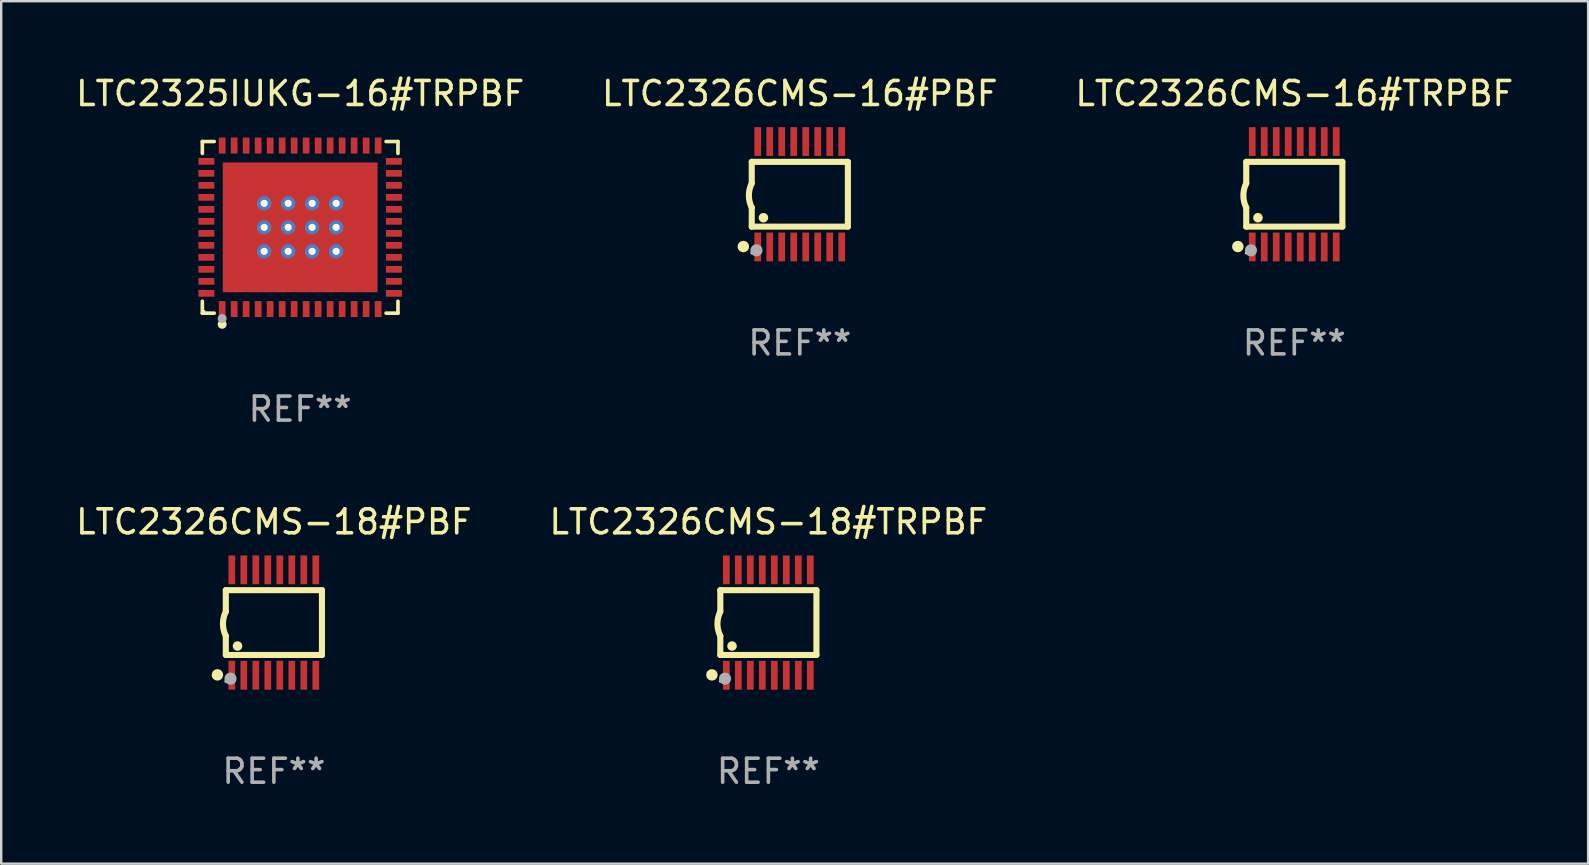
<source format=kicad_pcb>
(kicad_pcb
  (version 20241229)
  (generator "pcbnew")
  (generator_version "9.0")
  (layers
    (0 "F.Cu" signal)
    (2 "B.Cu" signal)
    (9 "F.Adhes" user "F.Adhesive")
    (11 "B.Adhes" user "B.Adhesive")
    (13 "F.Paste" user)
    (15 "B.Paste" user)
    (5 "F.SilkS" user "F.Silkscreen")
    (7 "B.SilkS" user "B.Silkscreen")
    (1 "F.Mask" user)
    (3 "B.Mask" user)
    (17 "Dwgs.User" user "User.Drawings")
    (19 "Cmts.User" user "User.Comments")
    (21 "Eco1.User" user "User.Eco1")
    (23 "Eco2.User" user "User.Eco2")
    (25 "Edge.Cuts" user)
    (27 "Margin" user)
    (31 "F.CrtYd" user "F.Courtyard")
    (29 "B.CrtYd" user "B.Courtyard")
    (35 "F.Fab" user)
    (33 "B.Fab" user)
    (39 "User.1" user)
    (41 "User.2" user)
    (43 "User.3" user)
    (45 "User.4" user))
  (footprint "LTC2326CMS-16#TRPBF"
    (layer "F.Cu")
    (at 50.887 5.045)
    (property "Reference" "LTC2326CMS-16#TRPBF" (at 0 -4.197 0) (layer "F.SilkS") (effects (font (size 1 1) (thickness 0.15))))
    (attr through_hole)
    (fp_line (start -2.003 -1.35) (end -2.003 -0.457) (stroke (width 0.254) (type solid)) (layer "F.SilkS"))
    (fp_line (start -2.003 -1.35) (end 2.003 -1.35) (stroke (width 0.254) (type solid)) (layer "F.SilkS"))
    (fp_line (start -2.003 1.35) (end -2.003 0.559) (stroke (width 0.254) (type solid)) (layer "F.SilkS"))
    (fp_line (start -2.003 1.35) (end 2.003 1.35) (stroke (width 0.254) (type solid)) (layer "F.SilkS"))
    (fp_line (start 2.003 -1.35) (end 2.003 1.35) (stroke (width 0.254) (type solid)) (layer "F.SilkS"))
    (fp_arc (start -2.002286 0.558802) (mid -2.122556 0.05092) (end -2.003302 -0.457201) (stroke (width 0.254001) (type solid)) (layer "F.SilkS"))
    (fp_circle (center -2.353 2.18) (end -2.233 2.18) (stroke (width 0.24) (type solid)) (fill no) (layer "F.SilkS"))
    (fp_circle (center -2.003 2.45) (end -1.973 2.45) (stroke (width 0.06) (type solid)) (fill no) (layer "F.SilkS"))
    (fp_circle (center -1.515 0.978) (end -1.415 0.978) (stroke (width 0.2) (type solid)) (fill no) (layer "F.SilkS"))
    (fp_circle (center -1.807 2.337) (end -1.68 2.337) (stroke (width 0.254) (type solid)) (fill no) (layer "F.Fab"))
    (fp_text user "REF**" (at 0 6.197 0) (layer "F.Fab") (effects (font (size 1 1) (thickness 0.15))))
    (pad "1" smd rect (at -1.753 2.197 90) (size 1.2 0.28) (layers "F.Cu" "F.Mask" "F.Paste"))
    (pad "2" smd rect (at -1.253 2.197 90) (size 1.2 0.28) (layers "F.Cu" "F.Mask" "F.Paste"))
    (pad "3" smd rect (at -0.753 2.197 90) (size 1.2 0.28) (layers "F.Cu" "F.Mask" "F.Paste"))
    (pad "4" smd rect (at -0.253 2.197 90) (size 1.2 0.28) (layers "F.Cu" "F.Mask" "F.Paste"))
    (pad "5" smd rect (at 0.247 2.197 90) (size 1.2 0.28) (layers "F.Cu" "F.Mask" "F.Paste"))
    (pad "6" smd rect (at 0.747 2.197 90) (size 1.2 0.28) (layers "F.Cu" "F.Mask" "F.Paste"))
    (pad "7" smd rect (at 1.247 2.197 90) (size 1.2 0.28) (layers "F.Cu" "F.Mask" "F.Paste"))
    (pad "8" smd rect (at 1.747 2.197 90) (size 1.2 0.28) (layers "F.Cu" "F.Mask" "F.Paste"))
    (pad "9" smd rect (at 1.747 -2.197 90) (size 1.2 0.28) (layers "F.Cu" "F.Mask" "F.Paste"))
    (pad "10" smd rect (at 1.247 -2.197 90) (size 1.2 0.28) (layers "F.Cu" "F.Mask" "F.Paste"))
    (pad "11" smd rect (at 0.747 -2.197 90) (size 1.2 0.28) (layers "F.Cu" "F.Mask" "F.Paste"))
    (pad "12" smd rect (at 0.247 -2.197 90) (size 1.2 0.28) (layers "F.Cu" "F.Mask" "F.Paste"))
    (pad "13" smd rect (at -0.253 -2.197 90) (size 1.2 0.28) (layers "F.Cu" "F.Mask" "F.Paste"))
    (pad "14" smd rect (at -0.753 -2.197 90) (size 1.2 0.28) (layers "F.Cu" "F.Mask" "F.Paste"))
    (pad "15" smd rect (at -1.253 -2.197 90) (size 1.2 0.28) (layers "F.Cu" "F.Mask" "F.Paste"))
    (pad "16" smd rect (at -1.753 -2.197 90) (size 1.2 0.28) (layers "F.Cu" "F.Mask" "F.Paste")))
  (footprint "LTC2326CMS-18#TRPBF"
    (layer "F.Cu")
    (at 28.97 22.894)
    (property "Reference" "LTC2326CMS-18#TRPBF" (at 0 -4.197 0) (layer "F.SilkS") (effects (font (size 1 1) (thickness 0.15))))
    (attr through_hole)
    (fp_line (start -2.003 -1.35) (end -2.003 -0.457) (stroke (width 0.254) (type solid)) (layer "F.SilkS"))
    (fp_line (start -2.003 -1.35) (end 2.003 -1.35) (stroke (width 0.254) (type solid)) (layer "F.SilkS"))
    (fp_line (start -2.003 1.35) (end -2.003 0.559) (stroke (width 0.254) (type solid)) (layer "F.SilkS"))
    (fp_line (start -2.003 1.35) (end 2.003 1.35) (stroke (width 0.254) (type solid)) (layer "F.SilkS"))
    (fp_line (start 2.003 -1.35) (end 2.003 1.35) (stroke (width 0.254) (type solid)) (layer "F.SilkS"))
    (fp_arc (start -2.002286 0.558802) (mid -2.122556 0.05092) (end -2.003302 -0.457201) (stroke (width 0.254001) (type solid)) (layer "F.SilkS"))
    (fp_circle (center -2.353 2.18) (end -2.233 2.18) (stroke (width 0.24) (type solid)) (fill no) (layer "F.SilkS"))
    (fp_circle (center -2.003 2.45) (end -1.973 2.45) (stroke (width 0.06) (type solid)) (fill no) (layer "F.SilkS"))
    (fp_circle (center -1.515 0.978) (end -1.415 0.978) (stroke (width 0.2) (type solid)) (fill no) (layer "F.SilkS"))
    (fp_circle (center -1.807 2.337) (end -1.68 2.337) (stroke (width 0.254) (type solid)) (fill no) (layer "F.Fab"))
    (fp_text user "REF**" (at 0 6.197 0) (layer "F.Fab") (effects (font (size 1 1) (thickness 0.15))))
    (pad "1" smd rect (at -1.753 2.197 90) (size 1.2 0.28) (layers "F.Cu" "F.Mask" "F.Paste"))
    (pad "2" smd rect (at -1.253 2.197 90) (size 1.2 0.28) (layers "F.Cu" "F.Mask" "F.Paste"))
    (pad "3" smd rect (at -0.753 2.197 90) (size 1.2 0.28) (layers "F.Cu" "F.Mask" "F.Paste"))
    (pad "4" smd rect (at -0.253 2.197 90) (size 1.2 0.28) (layers "F.Cu" "F.Mask" "F.Paste"))
    (pad "5" smd rect (at 0.247 2.197 90) (size 1.2 0.28) (layers "F.Cu" "F.Mask" "F.Paste"))
    (pad "6" smd rect (at 0.747 2.197 90) (size 1.2 0.28) (layers "F.Cu" "F.Mask" "F.Paste"))
    (pad "7" smd rect (at 1.247 2.197 90) (size 1.2 0.28) (layers "F.Cu" "F.Mask" "F.Paste"))
    (pad "8" smd rect (at 1.747 2.197 90) (size 1.2 0.28) (layers "F.Cu" "F.Mask" "F.Paste"))
    (pad "9" smd rect (at 1.747 -2.197 90) (size 1.2 0.28) (layers "F.Cu" "F.Mask" "F.Paste"))
    (pad "10" smd rect (at 1.247 -2.197 90) (size 1.2 0.28) (layers "F.Cu" "F.Mask" "F.Paste"))
    (pad "11" smd rect (at 0.747 -2.197 90) (size 1.2 0.28) (layers "F.Cu" "F.Mask" "F.Paste"))
    (pad "12" smd rect (at 0.247 -2.197 90) (size 1.2 0.28) (layers "F.Cu" "F.Mask" "F.Paste"))
    (pad "13" smd rect (at -0.253 -2.197 90) (size 1.2 0.28) (layers "F.Cu" "F.Mask" "F.Paste"))
    (pad "14" smd rect (at -0.753 -2.197 90) (size 1.2 0.28) (layers "F.Cu" "F.Mask" "F.Paste"))
    (pad "15" smd rect (at -1.253 -2.197 90) (size 1.2 0.28) (layers "F.Cu" "F.Mask" "F.Paste"))
    (pad "16" smd rect (at -1.753 -2.197 90) (size 1.2 0.28) (layers "F.Cu" "F.Mask" "F.Paste")))
  (footprint "LTC2326CMS-18#PBF"
    (layer "F.Cu")
    (at 8.363 22.894)
    (property "Reference" "LTC2326CMS-18#PBF" (at 0 -4.197 0) (layer "F.SilkS") (effects (font (size 1 1) (thickness 0.15))))
    (attr through_hole)
    (fp_line (start -2.003 -1.35) (end -2.003 -0.457) (stroke (width 0.254) (type solid)) (layer "F.SilkS"))
    (fp_line (start -2.003 -1.35) (end 2.003 -1.35) (stroke (width 0.254) (type solid)) (layer "F.SilkS"))
    (fp_line (start -2.003 1.35) (end -2.003 0.559) (stroke (width 0.254) (type solid)) (layer "F.SilkS"))
    (fp_line (start -2.003 1.35) (end 2.003 1.35) (stroke (width 0.254) (type solid)) (layer "F.SilkS"))
    (fp_line (start 2.003 -1.35) (end 2.003 1.35) (stroke (width 0.254) (type solid)) (layer "F.SilkS"))
    (fp_arc (start -2.002286 0.558802) (mid -2.122556 0.05092) (end -2.003302 -0.457201) (stroke (width 0.254001) (type solid)) (layer "F.SilkS"))
    (fp_circle (center -2.353 2.18) (end -2.233 2.18) (stroke (width 0.24) (type solid)) (fill no) (layer "F.SilkS"))
    (fp_circle (center -2.003 2.45) (end -1.973 2.45) (stroke (width 0.06) (type solid)) (fill no) (layer "F.SilkS"))
    (fp_circle (center -1.515 0.978) (end -1.415 0.978) (stroke (width 0.2) (type solid)) (fill no) (layer "F.SilkS"))
    (fp_circle (center -1.807 2.337) (end -1.68 2.337) (stroke (width 0.254) (type solid)) (fill no) (layer "F.Fab"))
    (fp_text user "REF**" (at 0 6.197 0) (layer "F.Fab") (effects (font (size 1 1) (thickness 0.15))))
    (pad "1" smd rect (at -1.753 2.197 90) (size 1.2 0.28) (layers "F.Cu" "F.Mask" "F.Paste"))
    (pad "2" smd rect (at -1.253 2.197 90) (size 1.2 0.28) (layers "F.Cu" "F.Mask" "F.Paste"))
    (pad "3" smd rect (at -0.753 2.197 90) (size 1.2 0.28) (layers "F.Cu" "F.Mask" "F.Paste"))
    (pad "4" smd rect (at -0.253 2.197 90) (size 1.2 0.28) (layers "F.Cu" "F.Mask" "F.Paste"))
    (pad "5" smd rect (at 0.247 2.197 90) (size 1.2 0.28) (layers "F.Cu" "F.Mask" "F.Paste"))
    (pad "6" smd rect (at 0.747 2.197 90) (size 1.2 0.28) (layers "F.Cu" "F.Mask" "F.Paste"))
    (pad "7" smd rect (at 1.247 2.197 90) (size 1.2 0.28) (layers "F.Cu" "F.Mask" "F.Paste"))
    (pad "8" smd rect (at 1.747 2.197 90) (size 1.2 0.28) (layers "F.Cu" "F.Mask" "F.Paste"))
    (pad "9" smd rect (at 1.747 -2.197 90) (size 1.2 0.28) (layers "F.Cu" "F.Mask" "F.Paste"))
    (pad "10" smd rect (at 1.247 -2.197 90) (size 1.2 0.28) (layers "F.Cu" "F.Mask" "F.Paste"))
    (pad "11" smd rect (at 0.747 -2.197 90) (size 1.2 0.28) (layers "F.Cu" "F.Mask" "F.Paste"))
    (pad "12" smd rect (at 0.247 -2.197 90) (size 1.2 0.28) (layers "F.Cu" "F.Mask" "F.Paste"))
    (pad "13" smd rect (at -0.253 -2.197 90) (size 1.2 0.28) (layers "F.Cu" "F.Mask" "F.Paste"))
    (pad "14" smd rect (at -0.753 -2.197 90) (size 1.2 0.28) (layers "F.Cu" "F.Mask" "F.Paste"))
    (pad "15" smd rect (at -1.253 -2.197 90) (size 1.2 0.28) (layers "F.Cu" "F.Mask" "F.Paste"))
    (pad "16" smd rect (at -1.753 -2.197 90) (size 1.2 0.28) (layers "F.Cu" "F.Mask" "F.Paste")))
  (footprint "LTC2326CMS-16#PBF"
    (layer "F.Cu")
    (at 30.28 5.045)
    (property "Reference" "LTC2326CMS-16#PBF" (at 0 -4.197 0) (layer "F.SilkS") (effects (font (size 1 1) (thickness 0.15))))
    (attr through_hole)
    (fp_line (start -2.003 -1.35) (end -2.003 -0.457) (stroke (width 0.254) (type solid)) (layer "F.SilkS"))
    (fp_line (start -2.003 -1.35) (end 2.003 -1.35) (stroke (width 0.254) (type solid)) (layer "F.SilkS"))
    (fp_line (start -2.003 1.35) (end -2.003 0.559) (stroke (width 0.254) (type solid)) (layer "F.SilkS"))
    (fp_line (start -2.003 1.35) (end 2.003 1.35) (stroke (width 0.254) (type solid)) (layer "F.SilkS"))
    (fp_line (start 2.003 -1.35) (end 2.003 1.35) (stroke (width 0.254) (type solid)) (layer "F.SilkS"))
    (fp_arc (start -2.002286 0.558802) (mid -2.122556 0.05092) (end -2.003302 -0.457201) (stroke (width 0.254001) (type solid)) (layer "F.SilkS"))
    (fp_circle (center -2.353 2.18) (end -2.233 2.18) (stroke (width 0.24) (type solid)) (fill no) (layer "F.SilkS"))
    (fp_circle (center -2.003 2.45) (end -1.973 2.45) (stroke (width 0.06) (type solid)) (fill no) (layer "F.SilkS"))
    (fp_circle (center -1.515 0.978) (end -1.415 0.978) (stroke (width 0.2) (type solid)) (fill no) (layer "F.SilkS"))
    (fp_circle (center -1.807 2.337) (end -1.68 2.337) (stroke (width 0.254) (type solid)) (fill no) (layer "F.Fab"))
    (fp_text user "REF**" (at 0 6.197 0) (layer "F.Fab") (effects (font (size 1 1) (thickness 0.15))))
    (pad "1" smd rect (at -1.753 2.197 90) (size 1.2 0.28) (layers "F.Cu" "F.Mask" "F.Paste"))
    (pad "2" smd rect (at -1.253 2.197 90) (size 1.2 0.28) (layers "F.Cu" "F.Mask" "F.Paste"))
    (pad "3" smd rect (at -0.753 2.197 90) (size 1.2 0.28) (layers "F.Cu" "F.Mask" "F.Paste"))
    (pad "4" smd rect (at -0.253 2.197 90) (size 1.2 0.28) (layers "F.Cu" "F.Mask" "F.Paste"))
    (pad "5" smd rect (at 0.247 2.197 90) (size 1.2 0.28) (layers "F.Cu" "F.Mask" "F.Paste"))
    (pad "6" smd rect (at 0.747 2.197 90) (size 1.2 0.28) (layers "F.Cu" "F.Mask" "F.Paste"))
    (pad "7" smd rect (at 1.247 2.197 90) (size 1.2 0.28) (layers "F.Cu" "F.Mask" "F.Paste"))
    (pad "8" smd rect (at 1.747 2.197 90) (size 1.2 0.28) (layers "F.Cu" "F.Mask" "F.Paste"))
    (pad "9" smd rect (at 1.747 -2.197 90) (size 1.2 0.28) (layers "F.Cu" "F.Mask" "F.Paste"))
    (pad "10" smd rect (at 1.247 -2.197 90) (size 1.2 0.28) (layers "F.Cu" "F.Mask" "F.Paste"))
    (pad "11" smd rect (at 0.747 -2.197 90) (size 1.2 0.28) (layers "F.Cu" "F.Mask" "F.Paste"))
    (pad "12" smd rect (at 0.247 -2.197 90) (size 1.2 0.28) (layers "F.Cu" "F.Mask" "F.Paste"))
    (pad "13" smd rect (at -0.253 -2.197 90) (size 1.2 0.28) (layers "F.Cu" "F.Mask" "F.Paste"))
    (pad "14" smd rect (at -0.753 -2.197 90) (size 1.2 0.28) (layers "F.Cu" "F.Mask" "F.Paste"))
    (pad "15" smd rect (at -1.253 -2.197 90) (size 1.2 0.28) (layers "F.Cu" "F.Mask" "F.Paste"))
    (pad "16" smd rect (at -1.753 -2.197 90) (size 1.2 0.28) (layers "F.Cu" "F.Mask" "F.Paste")))
  (footprint "LTC2325IUKG-16#TRPBF"
    (layer "F.Cu")
    (at 9.458 6.424)
    (property "Reference" "LTC2325IUKG-16#TRPBF" (at 0 -5.576 0) (layer "F.SilkS") (effects (font (size 1 1) (thickness 0.15))))
    (attr through_hole)
    (fp_line (start -4.076 -3.576) (end -3.581 -3.576) (stroke (width 0.152) (type solid)) (layer "F.SilkS"))
    (fp_line (start -4.076 -3.081) (end -4.076 -3.576) (stroke (width 0.152) (type solid)) (layer "F.SilkS"))
    (fp_line (start -4.076 3.081) (end -4.076 3.576) (stroke (width 0.152) (type solid)) (layer "F.SilkS"))
    (fp_line (start -4.076 3.576) (end -3.581 3.576) (stroke (width 0.152) (type solid)) (layer "F.SilkS"))
    (fp_line (start 4.076 -3.576) (end 3.581 -3.576) (stroke (width 0.152) (type solid)) (layer "F.SilkS"))
    (fp_line (start 4.076 -3.081) (end 4.076 -3.576) (stroke (width 0.152) (type solid)) (layer "F.SilkS"))
    (fp_line (start 4.076 3.081) (end 4.076 3.576) (stroke (width 0.152) (type solid)) (layer "F.SilkS"))
    (fp_line (start 4.076 3.576) (end 3.581 3.576) (stroke (width 0.152) (type solid)) (layer "F.SilkS"))
    (fp_circle (center -4 3.5) (end -3.97 3.5) (stroke (width 0.06) (type solid)) (fill no) (layer "F.SilkS"))
    (fp_circle (center -3.25 4.04) (end -3.156 4.04) (stroke (width 0.188) (type solid)) (fill no) (layer "F.SilkS"))
    (fp_circle (center -3.25 3.8) (end -3.156 3.8) (stroke (width 0.188) (type solid)) (fill no) (layer "F.Fab"))
    (fp_text user "REF**" (at 0 7.576 0) (layer "F.Fab") (effects (font (size 1 1) (thickness 0.15))))
    (pad "1" smd rect (at -3.25 3.407) (size 0.28 0.665) (layers "F.Cu" "F.Mask" "F.Paste"))
    (pad "2" smd rect (at -2.75 3.407) (size 0.28 0.665) (layers "F.Cu" "F.Mask" "F.Paste"))
    (pad "3" smd rect (at -2.25 3.407) (size 0.28 0.665) (layers "F.Cu" "F.Mask" "F.Paste"))
    (pad "4" smd rect (at -1.75 3.407) (size 0.28 0.665) (layers "F.Cu" "F.Mask" "F.Paste"))
    (pad "5" smd rect (at -1.25 3.407) (size 0.28 0.665) (layers "F.Cu" "F.Mask" "F.Paste"))
    (pad "6" smd rect (at -0.75 3.407) (size 0.28 0.665) (layers "F.Cu" "F.Mask" "F.Paste"))
    (pad "7" smd rect (at -0.25 3.407) (size 0.28 0.665) (layers "F.Cu" "F.Mask" "F.Paste"))
    (pad "8" smd rect (at 0.25 3.407) (size 0.28 0.665) (layers "F.Cu" "F.Mask" "F.Paste"))
    (pad "9" smd rect (at 0.75 3.407) (size 0.28 0.665) (layers "F.Cu" "F.Mask" "F.Paste"))
    (pad "10" smd rect (at 1.25 3.407) (size 0.28 0.665) (layers "F.Cu" "F.Mask" "F.Paste"))
    (pad "11" smd rect (at 1.75 3.407) (size 0.28 0.665) (layers "F.Cu" "F.Mask" "F.Paste"))
    (pad "12" smd rect (at 2.25 3.407) (size 0.28 0.665) (layers "F.Cu" "F.Mask" "F.Paste"))
    (pad "13" smd rect (at 2.75 3.407) (size 0.28 0.665) (layers "F.Cu" "F.Mask" "F.Paste"))
    (pad "14" smd rect (at 3.25 3.407) (size 0.28 0.665) (layers "F.Cu" "F.Mask" "F.Paste"))
    (pad "15" smd rect (at 3.908 2.75) (size 0.665 0.28) (layers "F.Cu" "F.Mask" "F.Paste"))
    (pad "16" smd rect (at 3.908 2.25) (size 0.665 0.28) (layers "F.Cu" "F.Mask" "F.Paste"))
    (pad "17" smd rect (at 3.908 1.75) (size 0.665 0.28) (layers "F.Cu" "F.Mask" "F.Paste"))
    (pad "18" smd rect (at 3.908 1.25) (size 0.665 0.28) (layers "F.Cu" "F.Mask" "F.Paste"))
    (pad "19" smd rect (at 3.908 0.75) (size 0.665 0.28) (layers "F.Cu" "F.Mask" "F.Paste"))
    (pad "20" smd rect (at 3.908 0.25) (size 0.665 0.28) (layers "F.Cu" "F.Mask" "F.Paste"))
    (pad "21" smd rect (at 3.908 -0.25) (size 0.665 0.28) (layers "F.Cu" "F.Mask" "F.Paste"))
    (pad "22" smd rect (at 3.908 -0.75) (size 0.665 0.28) (layers "F.Cu" "F.Mask" "F.Paste"))
    (pad "23" smd rect (at 3.908 -1.25) (size 0.665 0.28) (layers "F.Cu" "F.Mask" "F.Paste"))
    (pad "24" smd rect (at 3.908 -1.75) (size 0.665 0.28) (layers "F.Cu" "F.Mask" "F.Paste"))
    (pad "25" smd rect (at 3.908 -2.25) (size 0.665 0.28) (layers "F.Cu" "F.Mask" "F.Paste"))
    (pad "26" smd rect (at 3.908 -2.75) (size 0.665 0.28) (layers "F.Cu" "F.Mask" "F.Paste"))
    (pad "27" smd rect (at 3.25 -3.407) (size 0.28 0.665) (layers "F.Cu" "F.Mask" "F.Paste"))
    (pad "28" smd rect (at 2.75 -3.407) (size 0.28 0.665) (layers "F.Cu" "F.Mask" "F.Paste"))
    (pad "29" smd rect (at 2.25 -3.407) (size 0.28 0.665) (layers "F.Cu" "F.Mask" "F.Paste"))
    (pad "30" smd rect (at 1.75 -3.407) (size 0.28 0.665) (layers "F.Cu" "F.Mask" "F.Paste"))
    (pad "31" smd rect (at 1.25 -3.407) (size 0.28 0.665) (layers "F.Cu" "F.Mask" "F.Paste"))
    (pad "32" smd rect (at 0.75 -3.407) (size 0.28 0.665) (layers "F.Cu" "F.Mask" "F.Paste"))
    (pad "33" smd rect (at 0.25 -3.407) (size 0.28 0.665) (layers "F.Cu" "F.Mask" "F.Paste"))
    (pad "34" smd rect (at -0.25 -3.407) (size 0.28 0.665) (layers "F.Cu" "F.Mask" "F.Paste"))
    (pad "35" smd rect (at -0.75 -3.407) (size 0.28 0.665) (layers "F.Cu" "F.Mask" "F.Paste"))
    (pad "36" smd rect (at -1.25 -3.407) (size 0.28 0.665) (layers "F.Cu" "F.Mask" "F.Paste"))
    (pad "37" smd rect (at -1.75 -3.407) (size 0.28 0.665) (layers "F.Cu" "F.Mask" "F.Paste"))
    (pad "38" smd rect (at -2.25 -3.407) (size 0.28 0.665) (layers "F.Cu" "F.Mask" "F.Paste"))
    (pad "39" smd rect (at -2.75 -3.407) (size 0.28 0.665) (layers "F.Cu" "F.Mask" "F.Paste"))
    (pad "40" smd rect (at -3.25 -3.407) (size 0.28 0.665) (layers "F.Cu" "F.Mask" "F.Paste"))
    (pad "41" smd rect (at -3.908 -2.75) (size 0.665 0.28) (layers "F.Cu" "F.Mask" "F.Paste"))
    (pad "42" smd rect (at -3.908 -2.25) (size 0.665 0.28) (layers "F.Cu" "F.Mask" "F.Paste"))
    (pad "43" smd rect (at -3.908 -1.75) (size 0.665 0.28) (layers "F.Cu" "F.Mask" "F.Paste"))
    (pad "44" smd rect (at -3.908 -1.25) (size 0.665 0.28) (layers "F.Cu" "F.Mask" "F.Paste"))
    (pad "45" smd rect (at -3.908 -0.75) (size 0.665 0.28) (layers "F.Cu" "F.Mask" "F.Paste"))
    (pad "46" smd rect (at -3.908 -0.25) (size 0.665 0.28) (layers "F.Cu" "F.Mask" "F.Paste"))
    (pad "47" smd rect (at -3.908 0.25) (size 0.665 0.28) (layers "F.Cu" "F.Mask" "F.Paste"))
    (pad "48" smd rect (at -3.908 0.75) (size 0.665 0.28) (layers "F.Cu" "F.Mask" "F.Paste"))
    (pad "49" smd rect (at -3.908 1.25) (size 0.665 0.28) (layers "F.Cu" "F.Mask" "F.Paste"))
    (pad "50" smd rect (at -3.908 1.75) (size 0.665 0.28) (layers "F.Cu" "F.Mask" "F.Paste"))
    (pad "51" smd rect (at -3.908 2.25) (size 0.665 0.28) (layers "F.Cu" "F.Mask" "F.Paste"))
    (pad "52" smd rect (at -3.908 2.75) (size 0.665 0.28) (layers "F.Cu" "F.Mask" "F.Paste"))
    (pad "53" thru_hole circle (at -1.5 -1) (size 0.6 0.6) (drill 0.3) (layers "*.Cu" "*.Mask"))
    (pad "53" thru_hole circle (at -1.5 0) (size 0.6 0.6) (drill 0.3) (layers "*.Cu" "*.Mask"))
    (pad "53" thru_hole circle (at -1.5 1) (size 0.6 0.6) (drill 0.3) (layers "*.Cu" "*.Mask"))
    (pad "53" thru_hole circle (at -0.5 -1) (size 0.6 0.6) (drill 0.3) (layers "*.Cu" "*.Mask"))
    (pad "53" thru_hole circle (at -0.5 0) (size 0.6 0.6) (drill 0.3) (layers "*.Cu" "*.Mask"))
    (pad "53" thru_hole circle (at -0.5 1) (size 0.6 0.6) (drill 0.3) (layers "*.Cu" "*.Mask"))
    (pad "53" smd rect (at 0 0) (size 6.45 5.41) (layers "F.Cu" "F.Mask" "F.Paste"))
    (pad "53" thru_hole circle (at 0.5 -1) (size 0.6 0.6) (drill 0.3) (layers "*.Cu" "*.Mask"))
    (pad "53" thru_hole circle (at 0.5 0) (size 0.6 0.6) (drill 0.3) (layers "*.Cu" "*.Mask"))
    (pad "53" thru_hole circle (at 0.5 1) (size 0.6 0.6) (drill 0.3) (layers "*.Cu" "*.Mask"))
    (pad "53" thru_hole circle (at 1.5 -1) (size 0.6 0.6) (drill 0.3) (layers "*.Cu" "*.Mask"))
    (pad "53" thru_hole circle (at 1.5 0) (size 0.6 0.6) (drill 0.3) (layers "*.Cu" "*.Mask"))
    (pad "53" thru_hole circle (at 1.5 1) (size 0.6 0.6) (drill 0.3) (layers "*.Cu" "*.Mask")))
  (gr_rect
    (start -3 -3)
    (end 63.131 32.94)
    (stroke (width 0.1) (type default))
    (fill no)
    (layer "Edge.Cuts")))
</source>
